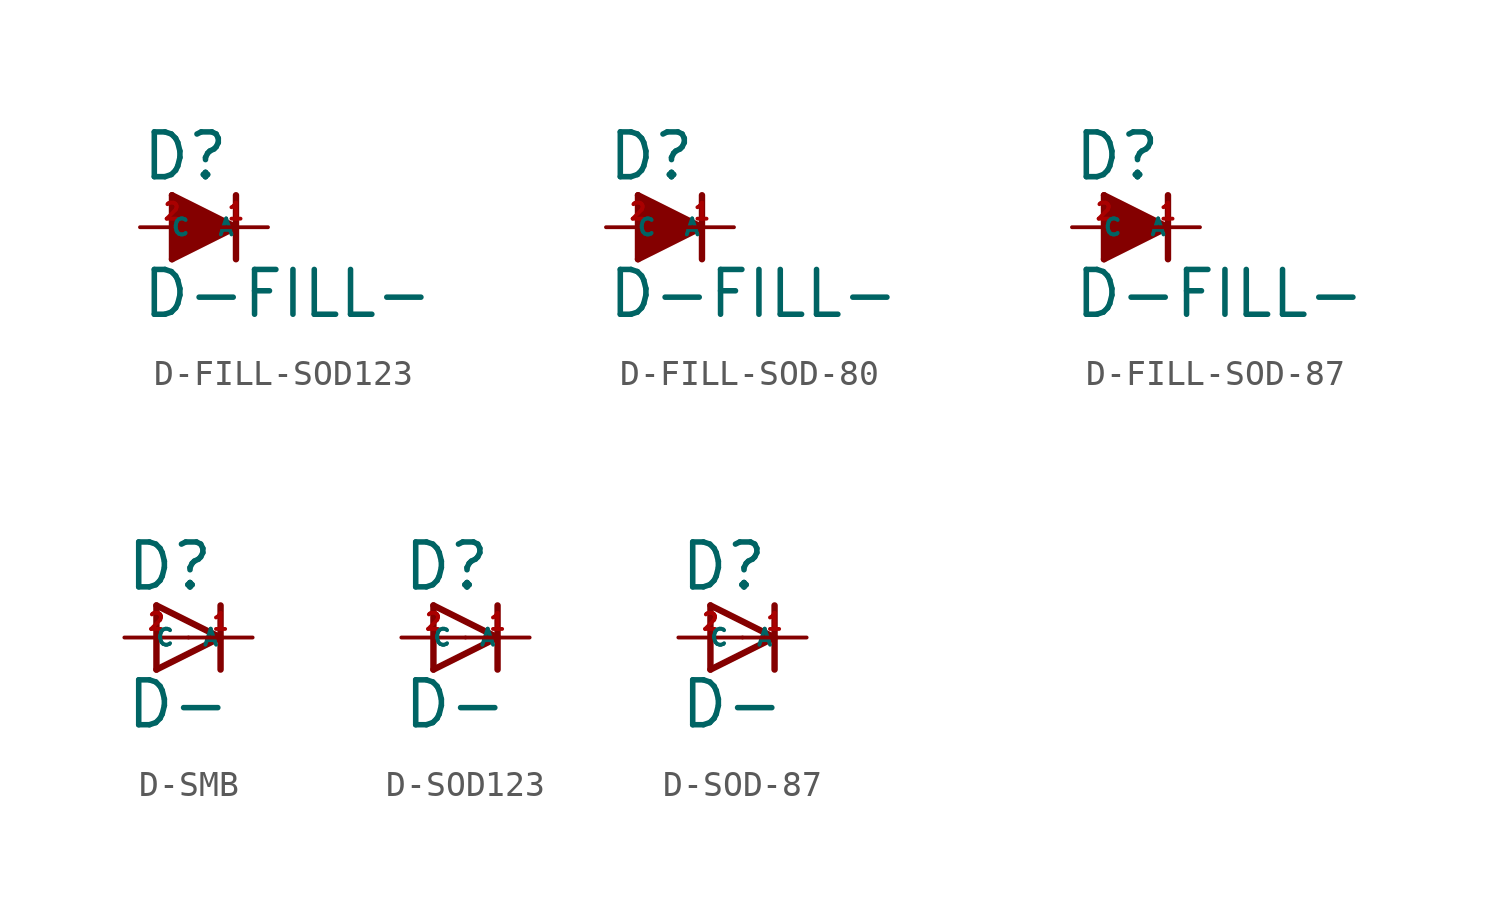
<source format=kicad_sym>
(kicad_symbol_lib
  (version 20220914)
  (generator Eagle2Kicad)
  (symbol "D-FILL-SOD123"
    (property "Reference" "D"
      (at -2.54 1.778 0)
      (effects (font (size 1.778 1.778) (thickness 0.22)) (justify left bottom)))
    (property "Value" "D-FILL-"
      (at -2.54 -3.683 0)
      (effects (font (size 1.778 1.778) (thickness 0.22)) (justify left bottom)))
    (polyline
      (pts (xy -1.27 -1.27) (xy 1.27 0))
      (stroke (width 0.254) (type default))
      (fill (type none)))
    (polyline
      (pts (xy 1.27 0) (xy -1.27 1.27))
      (stroke (width 0.254) (type default))
      (fill (type none)))
    (polyline
      (pts (xy 1.27 1.27) (xy 1.27 0))
      (stroke (width 0.254) (type default))
      (fill (type none)))
    (polyline
      (pts (xy -1.27 1.27) (xy -1.27 -1.27))
      (stroke (width 0.254) (type default))
      (fill (type none)))
    (polyline
      (pts (xy 1.27 0) (xy 1.27 -1.27))
      (stroke (width 0.254) (type default))
      (fill (type none)))
    (polyline
      (pts (xy 0.635 0) (xy -1.016 0.889))
      (stroke (width 0.61) (type default))
      (fill (type none)))
    (polyline
      (pts (xy -1.016 0.889) (xy -1.016 -0.889))
      (stroke (width 0.61) (type default))
      (fill (type none)))
    (polyline
      (pts (xy -1.016 -0.889) (xy 0.254 -0.127))
      (stroke (width 0.61) (type default))
      (fill (type none)))
    (polyline
      (pts (xy 0.254 -0.127) (xy -0.635 0.254))
      (stroke (width 0.61) (type default))
      (fill (type none)))
    (polyline
      (pts (xy -0.635 0.254) (xy -0.635 -0.254))
      (stroke (width 0.61) (type default))
      (fill (type none)))
    (pin passive line
      (at -2.54 0 0)
      (length 2.54)
      (name "A" (effects (font (size 0.635 0.635) (thickness 0.08)) (justify left bottom)))
      (number "2" (effects (font (size 0.635 0.635) (thickness 0.08)) (justify left bottom))))
    (pin passive line
      (at 2.54 0 180)
      (length 2.54)
      (name "C" (effects (font (size 0.635 0.635) (thickness 0.08)) (justify left bottom)))
      (number "1" (effects (font (size 0.635 0.635) (thickness 0.08)) (justify left bottom)))))
  (symbol "D-FILL-SOD-80"
    (property "Reference" "D"
      (at -2.54 1.778 0)
      (effects (font (size 1.778 1.778) (thickness 0.22)) (justify left bottom)))
    (property "Value" "D-FILL-"
      (at -2.54 -3.683 0)
      (effects (font (size 1.778 1.778) (thickness 0.22)) (justify left bottom)))
    (polyline
      (pts (xy -1.27 -1.27) (xy 1.27 0))
      (stroke (width 0.254) (type default))
      (fill (type none)))
    (polyline
      (pts (xy 1.27 0) (xy -1.27 1.27))
      (stroke (width 0.254) (type default))
      (fill (type none)))
    (polyline
      (pts (xy 1.27 1.27) (xy 1.27 0))
      (stroke (width 0.254) (type default))
      (fill (type none)))
    (polyline
      (pts (xy -1.27 1.27) (xy -1.27 -1.27))
      (stroke (width 0.254) (type default))
      (fill (type none)))
    (polyline
      (pts (xy 1.27 0) (xy 1.27 -1.27))
      (stroke (width 0.254) (type default))
      (fill (type none)))
    (polyline
      (pts (xy 0.635 0) (xy -1.016 0.889))
      (stroke (width 0.61) (type default))
      (fill (type none)))
    (polyline
      (pts (xy -1.016 0.889) (xy -1.016 -0.889))
      (stroke (width 0.61) (type default))
      (fill (type none)))
    (polyline
      (pts (xy -1.016 -0.889) (xy 0.254 -0.127))
      (stroke (width 0.61) (type default))
      (fill (type none)))
    (polyline
      (pts (xy 0.254 -0.127) (xy -0.635 0.254))
      (stroke (width 0.61) (type default))
      (fill (type none)))
    (polyline
      (pts (xy -0.635 0.254) (xy -0.635 -0.254))
      (stroke (width 0.61) (type default))
      (fill (type none)))
    (pin passive line
      (at -2.54 0 0)
      (length 2.54)
      (name "A" (effects (font (size 0.635 0.635) (thickness 0.08)) (justify left bottom)))
      (number "2" (effects (font (size 0.635 0.635) (thickness 0.08)) (justify left bottom))))
    (pin passive line
      (at 2.54 0 180)
      (length 2.54)
      (name "C" (effects (font (size 0.635 0.635) (thickness 0.08)) (justify left bottom)))
      (number "1" (effects (font (size 0.635 0.635) (thickness 0.08)) (justify left bottom)))))
  (symbol "D-FILL-SOD-87"
    (property "Reference" "D"
      (at -2.54 1.778 0)
      (effects (font (size 1.778 1.778) (thickness 0.22)) (justify left bottom)))
    (property "Value" "D-FILL-"
      (at -2.54 -3.683 0)
      (effects (font (size 1.778 1.778) (thickness 0.22)) (justify left bottom)))
    (polyline
      (pts (xy -1.27 -1.27) (xy 1.27 0))
      (stroke (width 0.254) (type default))
      (fill (type none)))
    (polyline
      (pts (xy 1.27 0) (xy -1.27 1.27))
      (stroke (width 0.254) (type default))
      (fill (type none)))
    (polyline
      (pts (xy 1.27 1.27) (xy 1.27 0))
      (stroke (width 0.254) (type default))
      (fill (type none)))
    (polyline
      (pts (xy -1.27 1.27) (xy -1.27 -1.27))
      (stroke (width 0.254) (type default))
      (fill (type none)))
    (polyline
      (pts (xy 1.27 0) (xy 1.27 -1.27))
      (stroke (width 0.254) (type default))
      (fill (type none)))
    (polyline
      (pts (xy 0.635 0) (xy -1.016 0.889))
      (stroke (width 0.61) (type default))
      (fill (type none)))
    (polyline
      (pts (xy -1.016 0.889) (xy -1.016 -0.889))
      (stroke (width 0.61) (type default))
      (fill (type none)))
    (polyline
      (pts (xy -1.016 -0.889) (xy 0.254 -0.127))
      (stroke (width 0.61) (type default))
      (fill (type none)))
    (polyline
      (pts (xy 0.254 -0.127) (xy -0.635 0.254))
      (stroke (width 0.61) (type default))
      (fill (type none)))
    (polyline
      (pts (xy -0.635 0.254) (xy -0.635 -0.254))
      (stroke (width 0.61) (type default))
      (fill (type none)))
    (pin passive line
      (at -2.54 0 0)
      (length 2.54)
      (name "A" (effects (font (size 0.635 0.635) (thickness 0.08)) (justify left bottom)))
      (number "2" (effects (font (size 0.635 0.635) (thickness 0.08)) (justify left bottom))))
    (pin passive line
      (at 2.54 0 180)
      (length 2.54)
      (name "C" (effects (font (size 0.635 0.635) (thickness 0.08)) (justify left bottom)))
      (number "1" (effects (font (size 0.635 0.635) (thickness 0.08)) (justify left bottom)))))
  (symbol "D-SMB"
    (property "Reference" "D"
      (at -2.54 1.778 0)
      (effects (font (size 1.778 1.778) (thickness 0.22)) (justify left bottom)))
    (property "Value" "D-"
      (at -2.54 -3.683 0)
      (effects (font (size 1.778 1.778) (thickness 0.22)) (justify left bottom)))
    (polyline
      (pts (xy -1.27 -1.27) (xy 1.27 0))
      (stroke (width 0.254) (type default))
      (fill (type none)))
    (polyline
      (pts (xy 1.27 0) (xy -1.27 1.27))
      (stroke (width 0.254) (type default))
      (fill (type none)))
    (polyline
      (pts (xy 1.27 1.27) (xy 1.27 0))
      (stroke (width 0.254) (type default))
      (fill (type none)))
    (polyline
      (pts (xy -1.27 1.27) (xy -1.27 -1.27))
      (stroke (width 0.254) (type default))
      (fill (type none)))
    (polyline
      (pts (xy 1.27 0) (xy 1.27 -1.27))
      (stroke (width 0.254) (type default))
      (fill (type none)))
    (pin passive line
      (at -2.54 0 0)
      (length 2.54)
      (name "A" (effects (font (size 0.635 0.635) (thickness 0.08)) (justify left bottom)))
      (number "2" (effects (font (size 0.635 0.635) (thickness 0.08)) (justify left bottom))))
    (pin passive line
      (at 2.54 0 180)
      (length 2.54)
      (name "C" (effects (font (size 0.635 0.635) (thickness 0.08)) (justify left bottom)))
      (number "1" (effects (font (size 0.635 0.635) (thickness 0.08)) (justify left bottom)))))
  (symbol "D-SOD123"
    (property "Reference" "D"
      (at -2.54 1.778 0)
      (effects (font (size 1.778 1.778) (thickness 0.22)) (justify left bottom)))
    (property "Value" "D-"
      (at -2.54 -3.683 0)
      (effects (font (size 1.778 1.778) (thickness 0.22)) (justify left bottom)))
    (polyline
      (pts (xy -1.27 -1.27) (xy 1.27 0))
      (stroke (width 0.254) (type default))
      (fill (type none)))
    (polyline
      (pts (xy 1.27 0) (xy -1.27 1.27))
      (stroke (width 0.254) (type default))
      (fill (type none)))
    (polyline
      (pts (xy 1.27 1.27) (xy 1.27 0))
      (stroke (width 0.254) (type default))
      (fill (type none)))
    (polyline
      (pts (xy -1.27 1.27) (xy -1.27 -1.27))
      (stroke (width 0.254) (type default))
      (fill (type none)))
    (polyline
      (pts (xy 1.27 0) (xy 1.27 -1.27))
      (stroke (width 0.254) (type default))
      (fill (type none)))
    (pin passive line
      (at -2.54 0 0)
      (length 2.54)
      (name "A" (effects (font (size 0.635 0.635) (thickness 0.08)) (justify left bottom)))
      (number "2" (effects (font (size 0.635 0.635) (thickness 0.08)) (justify left bottom))))
    (pin passive line
      (at 2.54 0 180)
      (length 2.54)
      (name "C" (effects (font (size 0.635 0.635) (thickness 0.08)) (justify left bottom)))
      (number "1" (effects (font (size 0.635 0.635) (thickness 0.08)) (justify left bottom)))))
  (symbol "D-SOD-87"
    (property "Reference" "D"
      (at -2.54 1.778 0)
      (effects (font (size 1.778 1.778) (thickness 0.22)) (justify left bottom)))
    (property "Value" "D-"
      (at -2.54 -3.683 0)
      (effects (font (size 1.778 1.778) (thickness 0.22)) (justify left bottom)))
    (polyline
      (pts (xy -1.27 -1.27) (xy 1.27 0))
      (stroke (width 0.254) (type default))
      (fill (type none)))
    (polyline
      (pts (xy 1.27 0) (xy -1.27 1.27))
      (stroke (width 0.254) (type default))
      (fill (type none)))
    (polyline
      (pts (xy 1.27 1.27) (xy 1.27 0))
      (stroke (width 0.254) (type default))
      (fill (type none)))
    (polyline
      (pts (xy -1.27 1.27) (xy -1.27 -1.27))
      (stroke (width 0.254) (type default))
      (fill (type none)))
    (polyline
      (pts (xy 1.27 0) (xy 1.27 -1.27))
      (stroke (width 0.254) (type default))
      (fill (type none)))
    (pin passive line
      (at -2.54 0 0)
      (length 2.54)
      (name "A" (effects (font (size 0.635 0.635) (thickness 0.08)) (justify left bottom)))
      (number "2" (effects (font (size 0.635 0.635) (thickness 0.08)) (justify left bottom))))
    (pin passive line
      (at 2.54 0 180)
      (length 2.54)
      (name "C" (effects (font (size 0.635 0.635) (thickness 0.08)) (justify left bottom)))
      (number "1" (effects (font (size 0.635 0.635) (thickness 0.08)) (justify left bottom))))))
</source>
